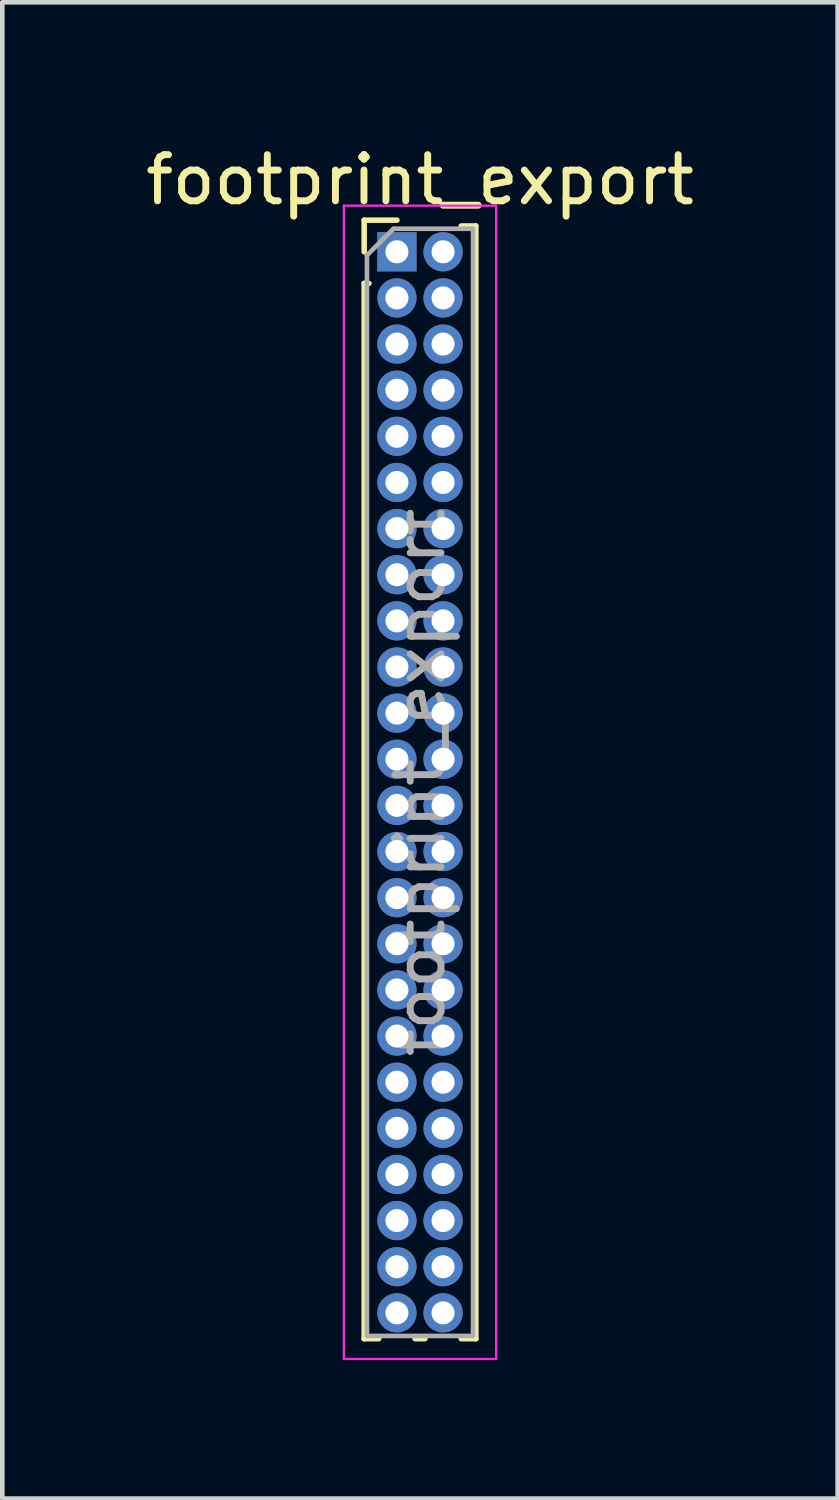
<source format=kicad_pcb>
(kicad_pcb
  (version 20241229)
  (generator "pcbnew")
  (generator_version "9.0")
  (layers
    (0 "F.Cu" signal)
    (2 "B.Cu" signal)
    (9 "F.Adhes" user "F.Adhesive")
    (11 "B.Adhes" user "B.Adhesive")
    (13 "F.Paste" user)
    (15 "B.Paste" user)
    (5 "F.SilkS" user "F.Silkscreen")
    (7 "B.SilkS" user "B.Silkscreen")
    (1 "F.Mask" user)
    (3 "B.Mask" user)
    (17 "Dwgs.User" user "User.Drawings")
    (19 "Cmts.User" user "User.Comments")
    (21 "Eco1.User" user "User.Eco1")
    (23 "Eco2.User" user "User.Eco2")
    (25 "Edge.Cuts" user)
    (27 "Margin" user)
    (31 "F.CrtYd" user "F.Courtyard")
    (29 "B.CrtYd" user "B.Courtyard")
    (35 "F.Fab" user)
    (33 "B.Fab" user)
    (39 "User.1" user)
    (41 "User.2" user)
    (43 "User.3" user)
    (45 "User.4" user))
  (footprint "footprint_export"
    (layer "F.Cu")
    (at 5.554 2.408)
    (property "Reference" "footprint_export" (at 0.5 -1.56 0) (layer "F.SilkS") (effects (font (size 1 1) (thickness 0.15))))
    (attr through_hole)
    (fp_line (start -0.71 -0.685) (end 0 -0.685) (stroke (width 0.12) (type solid)) (layer "F.SilkS"))
    (fp_line (start -0.71 0) (end -0.71 -0.685) (stroke (width 0.12) (type solid)) (layer "F.SilkS"))
    (fp_line (start -0.71 0.685) (end -0.71 23.56) (stroke (width 0.12) (type solid)) (layer "F.SilkS"))
    (fp_line (start -0.71 0.685) (end -0.608 0.685) (stroke (width 0.12) (type solid)) (layer "F.SilkS"))
    (fp_line (start -0.71 23.56) (end -0.394 23.56) (stroke (width 0.12) (type solid)) (layer "F.SilkS"))
    (fp_line (start 0.394 23.56) (end 0.606 23.56) (stroke (width 0.12) (type solid)) (layer "F.SilkS"))
    (fp_line (start 1.394 -0.56) (end 1.71 -0.56) (stroke (width 0.12) (type solid)) (layer "F.SilkS"))
    (fp_line (start 1.394 23.56) (end 1.71 23.56) (stroke (width 0.12) (type solid)) (layer "F.SilkS"))
    (fp_line (start 1.71 -0.56) (end 1.71 23.56) (stroke (width 0.12) (type solid)) (layer "F.SilkS"))
    (fp_line (start -1.15 -1) (end -1.15 24) (stroke (width 0.05) (type solid)) (layer "F.CrtYd"))
    (fp_line (start -1.15 24) (end 2.15 24) (stroke (width 0.05) (type solid)) (layer "F.CrtYd"))
    (fp_line (start 2.15 -1) (end -1.15 -1) (stroke (width 0.05) (type solid)) (layer "F.CrtYd"))
    (fp_line (start 2.15 24) (end 2.15 -1) (stroke (width 0.05) (type solid)) (layer "F.CrtYd"))
    (fp_line (start -0.65 0.075) (end -0.075 -0.5) (stroke (width 0.1) (type solid)) (layer "F.Fab"))
    (fp_line (start -0.65 23.5) (end -0.65 0.075) (stroke (width 0.1) (type solid)) (layer "F.Fab"))
    (fp_line (start -0.075 -0.5) (end 1.65 -0.5) (stroke (width 0.1) (type solid)) (layer "F.Fab"))
    (fp_line (start 1.65 -0.5) (end 1.65 23.5) (stroke (width 0.1) (type solid)) (layer "F.Fab"))
    (fp_line (start 1.65 23.5) (end -0.65 23.5) (stroke (width 0.1) (type solid)) (layer "F.Fab"))
    (fp_text user "${REFERENCE}" (at 0.5 11.5 90) (layer "F.Fab") (effects (font (size 1 1) (thickness 0.15))))
    (pad "1" thru_hole rect (at 0 0) (size 0.85 0.85) (drill 0.5) (layers "*.Cu" "*.Mask"))
    (pad "2" thru_hole oval (at 1 0) (size 0.85 0.85) (drill 0.5) (layers "*.Cu" "*.Mask"))
    (pad "3" thru_hole oval (at 0 1) (size 0.85 0.85) (drill 0.5) (layers "*.Cu" "*.Mask"))
    (pad "4" thru_hole oval (at 1 1) (size 0.85 0.85) (drill 0.5) (layers "*.Cu" "*.Mask"))
    (pad "5" thru_hole oval (at 0 2) (size 0.85 0.85) (drill 0.5) (layers "*.Cu" "*.Mask"))
    (pad "6" thru_hole oval (at 1 2) (size 0.85 0.85) (drill 0.5) (layers "*.Cu" "*.Mask"))
    (pad "7" thru_hole oval (at 0 3) (size 0.85 0.85) (drill 0.5) (layers "*.Cu" "*.Mask"))
    (pad "8" thru_hole oval (at 1 3) (size 0.85 0.85) (drill 0.5) (layers "*.Cu" "*.Mask"))
    (pad "9" thru_hole oval (at 0 4) (size 0.85 0.85) (drill 0.5) (layers "*.Cu" "*.Mask"))
    (pad "10" thru_hole oval (at 1 4) (size 0.85 0.85) (drill 0.5) (layers "*.Cu" "*.Mask"))
    (pad "11" thru_hole oval (at 0 5) (size 0.85 0.85) (drill 0.5) (layers "*.Cu" "*.Mask"))
    (pad "12" thru_hole oval (at 1 5) (size 0.85 0.85) (drill 0.5) (layers "*.Cu" "*.Mask"))
    (pad "13" thru_hole oval (at 0 6) (size 0.85 0.85) (drill 0.5) (layers "*.Cu" "*.Mask"))
    (pad "14" thru_hole oval (at 1 6) (size 0.85 0.85) (drill 0.5) (layers "*.Cu" "*.Mask"))
    (pad "15" thru_hole oval (at 0 7) (size 0.85 0.85) (drill 0.5) (layers "*.Cu" "*.Mask"))
    (pad "16" thru_hole oval (at 1 7) (size 0.85 0.85) (drill 0.5) (layers "*.Cu" "*.Mask"))
    (pad "17" thru_hole oval (at 0 8) (size 0.85 0.85) (drill 0.5) (layers "*.Cu" "*.Mask"))
    (pad "18" thru_hole oval (at 1 8) (size 0.85 0.85) (drill 0.5) (layers "*.Cu" "*.Mask"))
    (pad "19" thru_hole oval (at 0 9) (size 0.85 0.85) (drill 0.5) (layers "*.Cu" "*.Mask"))
    (pad "20" thru_hole oval (at 1 9) (size 0.85 0.85) (drill 0.5) (layers "*.Cu" "*.Mask"))
    (pad "21" thru_hole oval (at 0 10) (size 0.85 0.85) (drill 0.5) (layers "*.Cu" "*.Mask"))
    (pad "22" thru_hole oval (at 1 10) (size 0.85 0.85) (drill 0.5) (layers "*.Cu" "*.Mask"))
    (pad "23" thru_hole oval (at 0 11) (size 0.85 0.85) (drill 0.5) (layers "*.Cu" "*.Mask"))
    (pad "24" thru_hole oval (at 1 11) (size 0.85 0.85) (drill 0.5) (layers "*.Cu" "*.Mask"))
    (pad "25" thru_hole oval (at 0 12) (size 0.85 0.85) (drill 0.5) (layers "*.Cu" "*.Mask"))
    (pad "26" thru_hole oval (at 1 12) (size 0.85 0.85) (drill 0.5) (layers "*.Cu" "*.Mask"))
    (pad "27" thru_hole oval (at 0 13) (size 0.85 0.85) (drill 0.5) (layers "*.Cu" "*.Mask"))
    (pad "28" thru_hole oval (at 1 13) (size 0.85 0.85) (drill 0.5) (layers "*.Cu" "*.Mask"))
    (pad "29" thru_hole oval (at 0 14) (size 0.85 0.85) (drill 0.5) (layers "*.Cu" "*.Mask"))
    (pad "30" thru_hole oval (at 1 14) (size 0.85 0.85) (drill 0.5) (layers "*.Cu" "*.Mask"))
    (pad "31" thru_hole oval (at 0 15) (size 0.85 0.85) (drill 0.5) (layers "*.Cu" "*.Mask"))
    (pad "32" thru_hole oval (at 1 15) (size 0.85 0.85) (drill 0.5) (layers "*.Cu" "*.Mask"))
    (pad "33" thru_hole oval (at 0 16) (size 0.85 0.85) (drill 0.5) (layers "*.Cu" "*.Mask"))
    (pad "34" thru_hole oval (at 1 16) (size 0.85 0.85) (drill 0.5) (layers "*.Cu" "*.Mask"))
    (pad "35" thru_hole oval (at 0 17) (size 0.85 0.85) (drill 0.5) (layers "*.Cu" "*.Mask"))
    (pad "36" thru_hole oval (at 1 17) (size 0.85 0.85) (drill 0.5) (layers "*.Cu" "*.Mask"))
    (pad "37" thru_hole oval (at 0 18) (size 0.85 0.85) (drill 0.5) (layers "*.Cu" "*.Mask"))
    (pad "38" thru_hole oval (at 1 18) (size 0.85 0.85) (drill 0.5) (layers "*.Cu" "*.Mask"))
    (pad "39" thru_hole oval (at 0 19) (size 0.85 0.85) (drill 0.5) (layers "*.Cu" "*.Mask"))
    (pad "40" thru_hole oval (at 1 19) (size 0.85 0.85) (drill 0.5) (layers "*.Cu" "*.Mask"))
    (pad "41" thru_hole oval (at 0 20) (size 0.85 0.85) (drill 0.5) (layers "*.Cu" "*.Mask"))
    (pad "42" thru_hole oval (at 1 20) (size 0.85 0.85) (drill 0.5) (layers "*.Cu" "*.Mask"))
    (pad "43" thru_hole oval (at 0 21) (size 0.85 0.85) (drill 0.5) (layers "*.Cu" "*.Mask"))
    (pad "44" thru_hole oval (at 1 21) (size 0.85 0.85) (drill 0.5) (layers "*.Cu" "*.Mask"))
    (pad "45" thru_hole oval (at 0 22) (size 0.85 0.85) (drill 0.5) (layers "*.Cu" "*.Mask"))
    (pad "46" thru_hole oval (at 1 22) (size 0.85 0.85) (drill 0.5) (layers "*.Cu" "*.Mask"))
    (pad "47" thru_hole oval (at 0 23) (size 0.85 0.85) (drill 0.5) (layers "*.Cu" "*.Mask"))
    (pad "48" thru_hole oval (at 1 23) (size 0.85 0.85) (drill 0.5) (layers "*.Cu" "*.Mask")))
  (gr_rect
    (start -3 -3)
    (end 15.107 29.433)
    (stroke (width 0.1) (type default))
    (fill no)
    (layer "Edge.Cuts")))
</source>
